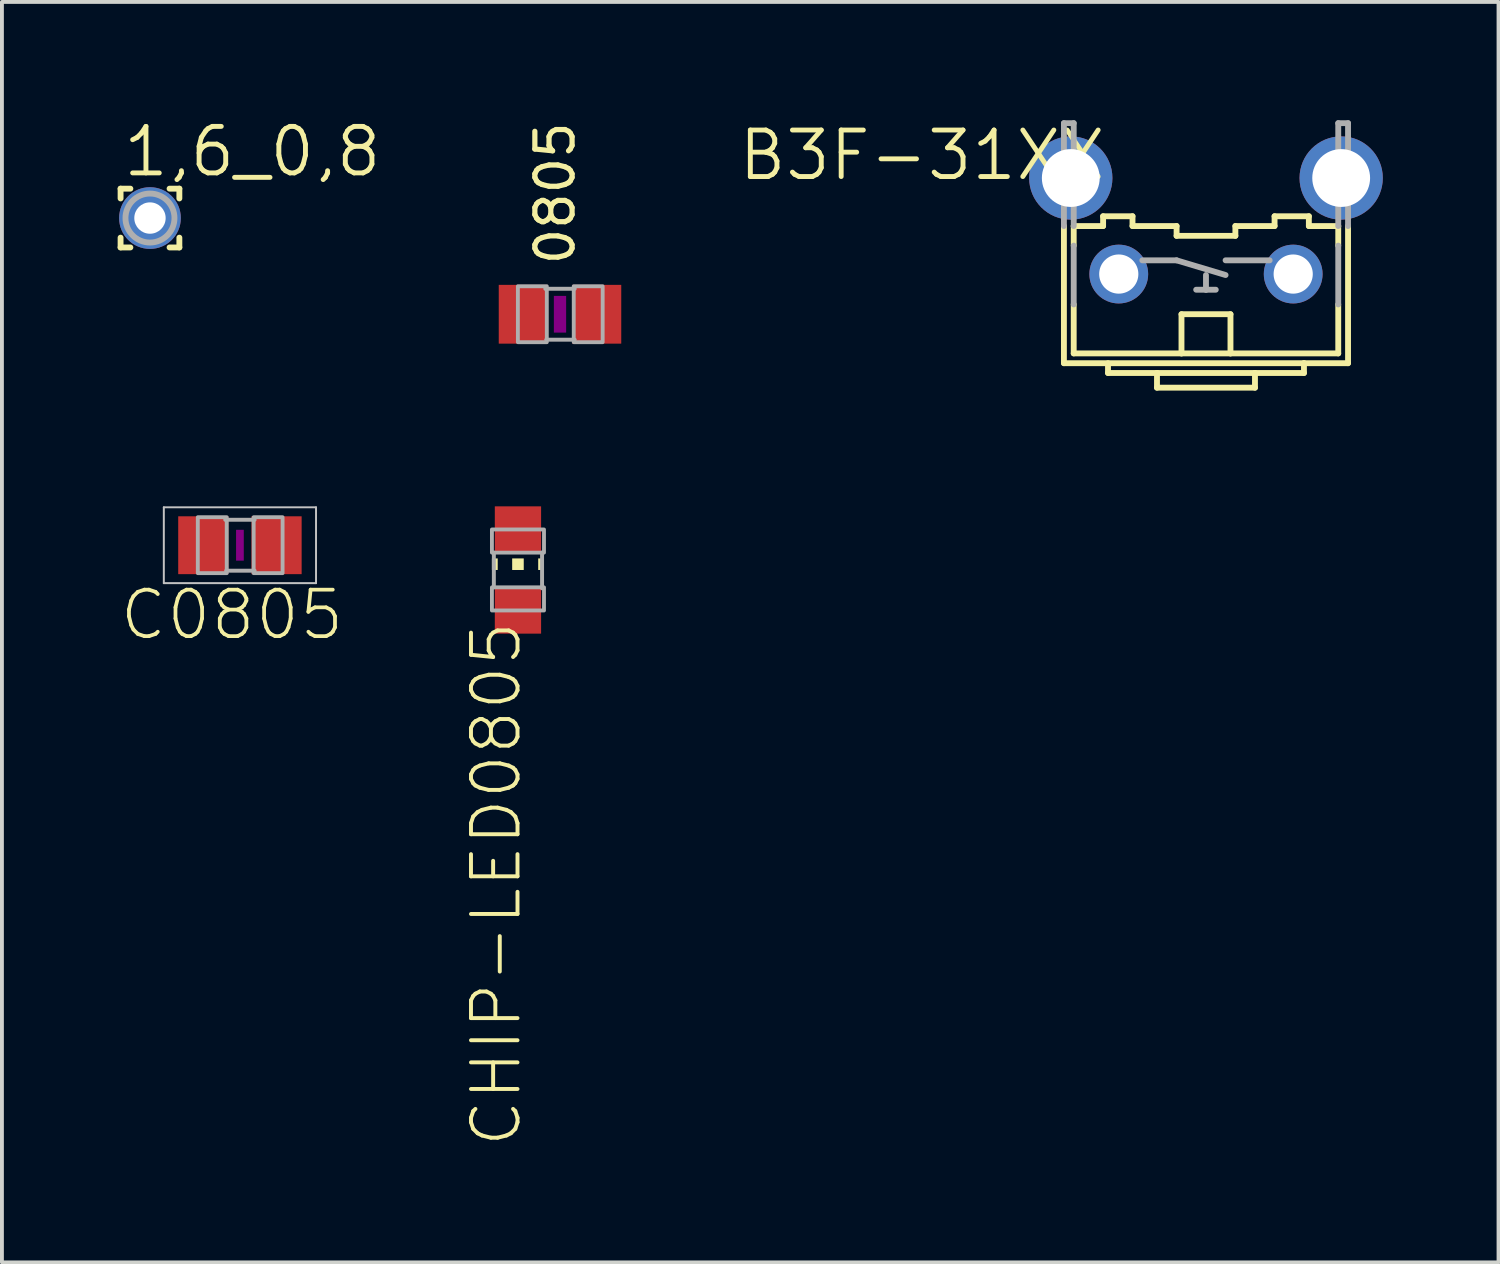
<source format=kicad_pcb>
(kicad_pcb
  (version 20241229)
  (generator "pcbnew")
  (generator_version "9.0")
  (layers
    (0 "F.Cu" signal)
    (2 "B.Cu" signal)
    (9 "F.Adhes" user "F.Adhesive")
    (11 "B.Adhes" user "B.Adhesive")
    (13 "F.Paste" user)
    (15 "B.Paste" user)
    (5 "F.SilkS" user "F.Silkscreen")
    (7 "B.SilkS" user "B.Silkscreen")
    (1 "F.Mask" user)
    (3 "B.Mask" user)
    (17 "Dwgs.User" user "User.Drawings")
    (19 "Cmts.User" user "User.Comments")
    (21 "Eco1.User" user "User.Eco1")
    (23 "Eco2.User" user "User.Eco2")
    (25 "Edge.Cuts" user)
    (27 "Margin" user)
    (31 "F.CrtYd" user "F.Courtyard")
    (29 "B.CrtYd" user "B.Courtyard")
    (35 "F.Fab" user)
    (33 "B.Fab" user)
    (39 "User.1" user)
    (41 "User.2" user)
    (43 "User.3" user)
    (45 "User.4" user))
  (footprint "CHIP-LED0805"
    (layer "F.Cu")
    (at 10.378 11.727)
    (property "Reference" "CHIP-LED0805" (at -1.27 1.27 90) (layer "F.SilkS") (effects (font (size 1.206 1.206) (thickness 0.102)) (justify right top)))
    (attr through_hole)
    (fp_poly (pts (xy -0.675 0) (xy -0.525 0) (xy -0.525 -0.3) (xy -0.675 -0.3)) (stroke (width 0) (type solid)) (fill yes) (layer "F.SilkS"))
    (fp_poly (pts (xy -0.15 0) (xy 0.15 0) (xy 0.15 -0.3) (xy -0.15 -0.3)) (stroke (width 0) (type solid)) (fill yes) (layer "F.SilkS"))
    (fp_poly (pts (xy 0.525 0) (xy 0.675 0) (xy 0.675 -0.3) (xy 0.525 -0.3)) (stroke (width 0) (type solid)) (fill yes) (layer "F.SilkS"))
    (fp_line (start -0.625 -0.45) (end -0.625 0.45) (stroke (width 0.102) (type solid)) (layer "F.Fab"))
    (fp_line (start 0.625 -0.45) (end 0.625 0.475) (stroke (width 0.102) (type solid)) (layer "F.Fab"))
    (fp_poly (pts (xy -0.675 -0.45) (xy 0.675 -0.45) (xy 0.675 -1.05) (xy -0.675 -1.05)) (stroke (width 0.1) (type solid)) (fill no) (layer "F.Fab"))
    (fp_poly (pts (xy -0.675 1.05) (xy 0.675 1.05) (xy 0.675 0.45) (xy -0.675 0.45)) (stroke (width 0.1) (type solid)) (fill no) (layer "F.Fab"))
    (pad "A" smd rect (at 0 1.05) (size 1.2 1.2) (layers "F.Cu" "F.Mask" "F.Paste"))
    (pad "C" smd rect (at 0 -1.05) (size 1.2 1.2) (layers "F.Cu" "F.Mask" "F.Paste")))
  (footprint "B3F-31XX"
    (layer "F.Cu")
    (at 28.215 2.81)
    (property "Reference" "B3F-31XX" (at -2.54 -2.54 0) (layer "F.SilkS") (effects (font (size 1.206 1.206) (thickness 0.127)) (justify right top)))
    (attr through_hole)
    (fp_line (start -3.683 0) (end -3.683 3.556) (stroke (width 0.152) (type solid)) (layer "F.SilkS"))
    (fp_line (start -3.429 0) (end -2.667 0) (stroke (width 0.152) (type solid)) (layer "F.SilkS"))
    (fp_line (start -3.429 0.508) (end -3.429 0) (stroke (width 0.152) (type solid)) (layer "F.SilkS"))
    (fp_line (start -3.429 2.032) (end -3.429 3.302) (stroke (width 0.152) (type solid)) (layer "F.SilkS"))
    (fp_line (start -3.429 3.302) (end -0.635 3.302) (stroke (width 0.152) (type solid)) (layer "F.SilkS"))
    (fp_line (start -2.667 -0.254) (end -2.667 0) (stroke (width 0.152) (type solid)) (layer "F.SilkS"))
    (fp_line (start -2.667 -0.254) (end -1.905 -0.254) (stroke (width 0.152) (type solid)) (layer "F.SilkS"))
    (fp_line (start -2.54 3.556) (end -2.54 3.81) (stroke (width 0.152) (type solid)) (layer "F.SilkS"))
    (fp_line (start -2.54 3.81) (end -1.27 3.81) (stroke (width 0.152) (type solid)) (layer "F.SilkS"))
    (fp_line (start -1.905 0) (end -1.905 -0.254) (stroke (width 0.152) (type solid)) (layer "F.SilkS"))
    (fp_line (start -1.905 0) (end -0.762 0) (stroke (width 0.152) (type solid)) (layer "F.SilkS"))
    (fp_line (start -1.27 3.81) (end -1.27 4.191) (stroke (width 0.152) (type solid)) (layer "F.SilkS"))
    (fp_line (start -1.27 3.81) (end 1.27 3.81) (stroke (width 0.152) (type solid)) (layer "F.SilkS"))
    (fp_line (start -1.27 4.191) (end 1.27 4.191) (stroke (width 0.152) (type solid)) (layer "F.SilkS"))
    (fp_line (start -0.762 0.254) (end -0.762 0) (stroke (width 0.152) (type solid)) (layer "F.SilkS"))
    (fp_line (start -0.762 0.254) (end 0.762 0.254) (stroke (width 0.152) (type solid)) (layer "F.SilkS"))
    (fp_line (start -0.635 2.286) (end 0.635 2.286) (stroke (width 0.152) (type solid)) (layer "F.SilkS"))
    (fp_line (start -0.635 3.302) (end -0.635 2.286) (stroke (width 0.152) (type solid)) (layer "F.SilkS"))
    (fp_line (start -0.635 3.302) (end 0.635 3.302) (stroke (width 0.152) (type solid)) (layer "F.SilkS"))
    (fp_line (start 0.635 3.302) (end 0.635 2.286) (stroke (width 0.152) (type solid)) (layer "F.SilkS"))
    (fp_line (start 0.635 3.302) (end 3.429 3.302) (stroke (width 0.152) (type solid)) (layer "F.SilkS"))
    (fp_line (start 0.762 0) (end 0.762 0.254) (stroke (width 0.152) (type solid)) (layer "F.SilkS"))
    (fp_line (start 0.762 0) (end 1.778 0) (stroke (width 0.152) (type solid)) (layer "F.SilkS"))
    (fp_line (start 1.27 3.81) (end 1.27 4.191) (stroke (width 0.152) (type solid)) (layer "F.SilkS"))
    (fp_line (start 1.27 3.81) (end 2.54 3.81) (stroke (width 0.152) (type solid)) (layer "F.SilkS"))
    (fp_line (start 1.778 -0.254) (end 2.667 -0.254) (stroke (width 0.152) (type solid)) (layer "F.SilkS"))
    (fp_line (start 1.778 0) (end 1.778 -0.254) (stroke (width 0.152) (type solid)) (layer "F.SilkS"))
    (fp_line (start 2.54 3.556) (end -3.683 3.556) (stroke (width 0.152) (type solid)) (layer "F.SilkS"))
    (fp_line (start 2.54 3.556) (end 2.54 3.81) (stroke (width 0.152) (type solid)) (layer "F.SilkS"))
    (fp_line (start 2.667 0) (end 2.667 -0.254) (stroke (width 0.152) (type solid)) (layer "F.SilkS"))
    (fp_line (start 2.667 0) (end 3.429 0) (stroke (width 0.152) (type solid)) (layer "F.SilkS"))
    (fp_line (start 3.429 0.508) (end 3.429 0) (stroke (width 0.152) (type solid)) (layer "F.SilkS"))
    (fp_line (start 3.429 2.032) (end 3.429 3.302) (stroke (width 0.152) (type solid)) (layer "F.SilkS"))
    (fp_line (start 3.683 0) (end 3.683 3.556) (stroke (width 0.152) (type solid)) (layer "F.SilkS"))
    (fp_line (start 3.683 3.556) (end 2.54 3.556) (stroke (width 0.152) (type solid)) (layer "F.SilkS"))
    (fp_line (start -3.683 -2.667) (end -3.429 -2.667) (stroke (width 0.152) (type solid)) (layer "F.Fab"))
    (fp_line (start -3.683 0) (end -3.683 -2.667) (stroke (width 0.152) (type solid)) (layer "F.Fab"))
    (fp_line (start -3.429 -2.667) (end -3.429 0) (stroke (width 0.152) (type solid)) (layer "F.Fab"))
    (fp_line (start -3.429 0.508) (end -3.429 2.032) (stroke (width 0.152) (type solid)) (layer "F.Fab"))
    (fp_line (start -1.651 0.889) (end -0.762 0.889) (stroke (width 0.152) (type solid)) (layer "F.Fab"))
    (fp_line (start -0.762 0.889) (end 0.508 1.27) (stroke (width 0.152) (type solid)) (layer "F.Fab"))
    (fp_line (start -0.254 1.651) (end 0 1.651) (stroke (width 0.152) (type solid)) (layer "F.Fab"))
    (fp_line (start 0 1.27) (end 0 1.651) (stroke (width 0.152) (type solid)) (layer "F.Fab"))
    (fp_line (start 0 1.651) (end 0.254 1.651) (stroke (width 0.152) (type solid)) (layer "F.Fab"))
    (fp_line (start 0.508 0.889) (end 1.651 0.889) (stroke (width 0.152) (type solid)) (layer "F.Fab"))
    (fp_line (start 3.429 -2.667) (end 3.683 -2.667) (stroke (width 0.152) (type solid)) (layer "F.Fab"))
    (fp_line (start 3.429 0) (end 3.429 -2.667) (stroke (width 0.152) (type solid)) (layer "F.Fab"))
    (fp_line (start 3.429 0.508) (end 3.429 2.032) (stroke (width 0.152) (type solid)) (layer "F.Fab"))
    (fp_line (start 3.683 -2.667) (end 3.683 0) (stroke (width 0.152) (type solid)) (layer "F.Fab"))
    (pad "1" thru_hole circle (at -2.261 1.245) (size 1.524 1.524) (drill 1.016) (layers "*.Cu" "*.Mask"))
    (pad "2" thru_hole circle (at 2.261 1.245) (size 1.524 1.524) (drill 1.016) (layers "*.Cu" "*.Mask"))
    (pad "3" thru_hole circle (at -3.505 -1.245) (size 2.159 2.159) (drill 1.499) (layers "*.Cu" "*.Mask"))
    (pad "4" thru_hole circle (at 3.505 -1.245) (size 2.159 2.159) (drill 1.499) (layers "*.Cu" "*.Mask")))
  (footprint "C0805"
    (layer "F.Cu")
    (at 3.17 11.085)
    (property "Reference" "C0805" (at -3.17 2.51 180) (layer "F.SilkS") (effects (font (size 1.206 1.206) (thickness 0.097)) (justify left bottom)))
    (attr through_hole)
    (fp_poly (pts (xy -0.1 0.4) (xy 0.1 0.4) (xy 0.1 -0.4) (xy -0.1 -0.4)) (stroke (width 0) (type solid)) (fill yes) (layer "F.Adhes"))
    (fp_line (start -1.973 -0.983) (end 1.973 -0.983) (stroke (width 0.051) (type solid)) (layer "Dwgs.User"))
    (fp_line (start -1.973 0.983) (end -1.973 -0.983) (stroke (width 0.051) (type solid)) (layer "Dwgs.User"))
    (fp_line (start 1.973 -0.983) (end 1.973 0.983) (stroke (width 0.051) (type solid)) (layer "Dwgs.User"))
    (fp_line (start 1.973 0.983) (end -1.973 0.983) (stroke (width 0.051) (type solid)) (layer "Dwgs.User"))
    (fp_line (start -0.381 -0.66) (end 0.381 -0.66) (stroke (width 0.102) (type solid)) (layer "F.Fab"))
    (fp_line (start -0.356 0.66) (end 0.381 0.66) (stroke (width 0.102) (type solid)) (layer "F.Fab"))
    (fp_poly (pts (xy -1.092 0.724) (xy -0.342 0.724) (xy -0.342 -0.726) (xy -1.092 -0.726)) (stroke (width 0.1) (type solid)) (fill no) (layer "F.Fab"))
    (fp_poly (pts (xy 0.356 0.724) (xy 1.106 0.724) (xy 1.106 -0.726) (xy 0.356 -0.726)) (stroke (width 0.1) (type solid)) (fill no) (layer "F.Fab"))
    (pad "1" smd rect (at -0.95 0) (size 1.3 1.5) (layers "F.Cu" "F.Mask" "F.Paste"))
    (pad "2" smd rect (at 0.95 0) (size 1.3 1.5) (layers "F.Cu" "F.Mask" "F.Paste")))
  (footprint "1,6_0,8"
    (layer "F.Cu")
    (at 0.838 2.603)
    (property "Reference" "1,6_0,8" (at -0.762 -1.016 0) (layer "F.SilkS") (effects (font (size 1.206 1.206) (thickness 0.127)) (justify left bottom)))
    (attr through_hole)
    (fp_line (start -0.762 -0.762) (end -0.762 -0.508) (stroke (width 0.152) (type solid)) (layer "F.SilkS"))
    (fp_line (start -0.762 -0.762) (end -0.508 -0.762) (stroke (width 0.152) (type solid)) (layer "F.SilkS"))
    (fp_line (start -0.762 0.762) (end -0.762 0.508) (stroke (width 0.152) (type solid)) (layer "F.SilkS"))
    (fp_line (start -0.508 0.762) (end -0.762 0.762) (stroke (width 0.152) (type solid)) (layer "F.SilkS"))
    (fp_line (start 0.762 -0.762) (end 0.508 -0.762) (stroke (width 0.152) (type solid)) (layer "F.SilkS"))
    (fp_line (start 0.762 -0.762) (end 0.762 -0.508) (stroke (width 0.152) (type solid)) (layer "F.SilkS"))
    (fp_line (start 0.762 0.508) (end 0.762 0.762) (stroke (width 0.152) (type solid)) (layer "F.SilkS"))
    (fp_line (start 0.762 0.762) (end 0.508 0.762) (stroke (width 0.152) (type solid)) (layer "F.SilkS"))
    (fp_circle (center 0 0) (end 0.635 0) (stroke (width 0.152) (type solid)) (fill no) (layer "F.Fab"))
    (pad "1" thru_hole circle (at 0 0) (size 1.6 1.6) (drill 0.813) (layers "*.Cu" "*.Mask")))
  (footprint "0805"
    (layer "F.Cu")
    (at 11.468 5.097)
    (property "Reference" "0805" (at 0.438 -1.208 270) (layer "F.SilkS") (effects (font (size 0.965 0.965) (thickness 0.135)) (justify left bottom)))
    (attr through_hole)
    (fp_poly (pts (xy -0.159 0.476) (xy 0.159 0.476) (xy 0.159 -0.476) (xy -0.159 -0.476)) (stroke (width 0) (type solid)) (fill yes) (layer "F.Adhes"))
    (fp_line (start -0.381 -0.66) (end 0.381 -0.66) (stroke (width 0.102) (type solid)) (layer "F.Fab"))
    (fp_line (start -0.356 0.66) (end 0.381 0.66) (stroke (width 0.102) (type solid)) (layer "F.Fab"))
    (fp_poly (pts (xy -1.092 0.724) (xy -0.342 0.724) (xy -0.342 -0.726) (xy -1.092 -0.726)) (stroke (width 0.1) (type solid)) (fill no) (layer "F.Fab"))
    (fp_poly (pts (xy 0.356 0.724) (xy 1.106 0.724) (xy 1.106 -0.726) (xy 0.356 -0.726)) (stroke (width 0.1) (type solid)) (fill no) (layer "F.Fab"))
    (pad "1" smd rect (at -0.953 0) (size 1.27 1.524) (layers "F.Cu" "F.Mask" "F.Paste"))
    (pad "2" smd rect (at 0.953 0) (size 1.27 1.524) (layers "F.Cu" "F.Mask" "F.Paste")))
  (gr_rect
    (start -3 -3)
    (end 35.799 29.677)
    (stroke (width 0.1) (type default))
    (fill no)
    (layer "Edge.Cuts")))
</source>
